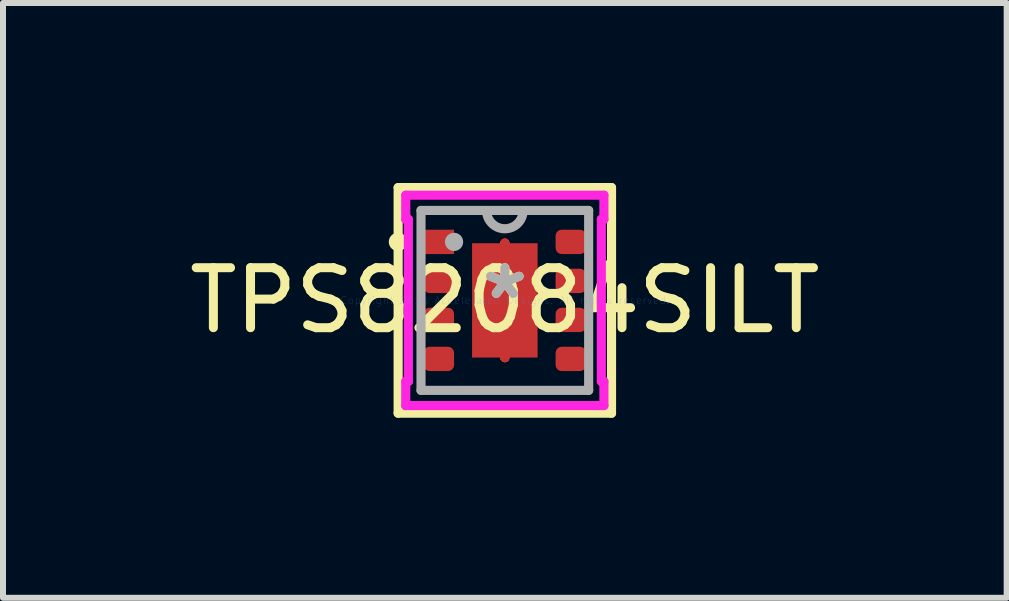
<source format=kicad_pcb>
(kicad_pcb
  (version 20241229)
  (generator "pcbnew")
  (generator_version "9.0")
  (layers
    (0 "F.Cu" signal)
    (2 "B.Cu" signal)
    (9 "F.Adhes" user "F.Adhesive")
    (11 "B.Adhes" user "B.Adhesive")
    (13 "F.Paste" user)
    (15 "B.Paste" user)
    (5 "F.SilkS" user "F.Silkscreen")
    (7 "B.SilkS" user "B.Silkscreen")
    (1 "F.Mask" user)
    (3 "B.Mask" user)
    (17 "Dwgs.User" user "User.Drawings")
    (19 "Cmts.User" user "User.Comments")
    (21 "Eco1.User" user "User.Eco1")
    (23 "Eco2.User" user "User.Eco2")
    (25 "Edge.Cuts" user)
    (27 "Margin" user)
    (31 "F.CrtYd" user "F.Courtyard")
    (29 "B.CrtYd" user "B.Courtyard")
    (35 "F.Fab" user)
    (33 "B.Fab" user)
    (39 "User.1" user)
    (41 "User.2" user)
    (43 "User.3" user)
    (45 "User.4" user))
  (footprint "TPS82084SILT"
    (layer "F.Cu")
    (at 5.363 1.956)
    (property "Reference" "TPS82084SILT" (at 0 0 0) (layer "F.SilkS") (effects (font (size 1 1) (thickness 0.15))))
    (attr through_hole)
    (fp_line (start 0 -0.953) (end 0 -0.953) (stroke (width 0.152) (type solid)) (layer "F.Cu"))
    (fp_line (start 0 -0.953) (end 0 -0.953) (stroke (width 0.152) (type solid)) (layer "F.Cu"))
    (fp_line (start 0 -0.953) (end 0 -0.953) (stroke (width 0.152) (type solid)) (layer "F.Cu"))
    (fp_line (start 0 -0.953) (end 0 -0.953) (stroke (width 0.152) (type solid)) (layer "F.Cu"))
    (fp_line (start 0 -0.953) (end 0 -0.953) (stroke (width 0.152) (type solid)) (layer "F.Cu"))
    (fp_line (start 0 -0.953) (end 0 -0.953) (stroke (width 0.152) (type solid)) (layer "F.Cu"))
    (fp_line (start 0 -0.953) (end 0 -0.953) (stroke (width 0.152) (type solid)) (layer "F.Cu"))
    (fp_line (start 0 -0.953) (end 0 -0.953) (stroke (width 0.152) (type solid)) (layer "F.Cu"))
    (fp_line (start 0 0.953) (end 0 0.953) (stroke (width 0.152) (type solid)) (layer "F.Cu"))
    (fp_line (start 0 0.953) (end 0 0.953) (stroke (width 0.152) (type solid)) (layer "F.Cu"))
    (fp_line (start 0 0.953) (end 0 0.953) (stroke (width 0.152) (type solid)) (layer "F.Cu"))
    (fp_line (start 0 0.953) (end 0 0.953) (stroke (width 0.152) (type solid)) (layer "F.Cu"))
    (fp_line (start 0 0.953) (end 0 0.953) (stroke (width 0.152) (type solid)) (layer "F.Cu"))
    (fp_line (start 0 0.953) (end 0 0.953) (stroke (width 0.152) (type solid)) (layer "F.Cu"))
    (fp_line (start 0 0.953) (end 0 0.953) (stroke (width 0.152) (type solid)) (layer "F.Cu"))
    (fp_line (start 0 0.953) (end 0 0.953) (stroke (width 0.152) (type solid)) (layer "F.Cu"))
    (fp_line (start -1.354 -1.178) (end -1.354 -0.772) (stroke (width 0.152) (type solid)) (layer "F.Mask"))
    (fp_line (start -1.354 -0.772) (end -0.846 -0.772) (stroke (width 0.152) (type solid)) (layer "F.Mask"))
    (fp_line (start -1.354 -0.528) (end -1.354 -0.122) (stroke (width 0.152) (type solid)) (layer "F.Mask"))
    (fp_line (start -1.354 -0.122) (end -0.846 -0.122) (stroke (width 0.152) (type solid)) (layer "F.Mask"))
    (fp_line (start -1.354 0.122) (end -1.354 0.528) (stroke (width 0.152) (type solid)) (layer "F.Mask"))
    (fp_line (start -1.354 0.528) (end -0.846 0.528) (stroke (width 0.152) (type solid)) (layer "F.Mask"))
    (fp_line (start -1.354 0.772) (end -1.354 1.178) (stroke (width 0.152) (type solid)) (layer "F.Mask"))
    (fp_line (start -1.354 1.178) (end -0.846 1.178) (stroke (width 0.152) (type solid)) (layer "F.Mask"))
    (fp_line (start -0.846 -1.178) (end -1.354 -1.178) (stroke (width 0.152) (type solid)) (layer "F.Mask"))
    (fp_line (start -0.846 -0.772) (end -0.846 -1.178) (stroke (width 0.152) (type solid)) (layer "F.Mask"))
    (fp_line (start -0.846 -0.528) (end -1.354 -0.528) (stroke (width 0.152) (type solid)) (layer "F.Mask"))
    (fp_line (start -0.846 -0.122) (end -0.846 -0.528) (stroke (width 0.152) (type solid)) (layer "F.Mask"))
    (fp_line (start -0.846 0.122) (end -1.354 0.122) (stroke (width 0.152) (type solid)) (layer "F.Mask"))
    (fp_line (start -0.846 0.528) (end -0.846 0.122) (stroke (width 0.152) (type solid)) (layer "F.Mask"))
    (fp_line (start -0.846 0.772) (end -1.354 0.772) (stroke (width 0.152) (type solid)) (layer "F.Mask"))
    (fp_line (start -0.846 1.178) (end -0.846 0.772) (stroke (width 0.152) (type solid)) (layer "F.Mask"))
    (fp_line (start -0.61 -1.016) (end -0.2 -1.016) (stroke (width 0.152) (type solid)) (layer "F.Mask"))
    (fp_line (start -0.61 -1.016) (end 0.61 -1.016) (stroke (width 0.152) (type solid)) (layer "F.Mask"))
    (fp_line (start -0.61 -0.594) (end -0.61 -1.016) (stroke (width 0.152) (type solid)) (layer "F.Mask"))
    (fp_line (start -0.61 -0.194) (end 0.61 -0.194) (stroke (width 0.152) (type solid)) (layer "F.Mask"))
    (fp_line (start -0.61 0.194) (end -0.61 -0.194) (stroke (width 0.152) (type solid)) (layer "F.Mask"))
    (fp_line (start -0.61 0.594) (end 0.61 0.594) (stroke (width 0.152) (type solid)) (layer "F.Mask"))
    (fp_line (start -0.61 1.016) (end -0.61 -1.016) (stroke (width 0.152) (type solid)) (layer "F.Mask"))
    (fp_line (start -0.61 1.016) (end -0.61 0.594) (stroke (width 0.152) (type solid)) (layer "F.Mask"))
    (fp_line (start -0.2 -1.016) (end -0.2 1.016) (stroke (width 0.152) (type solid)) (layer "F.Mask"))
    (fp_line (start -0.2 1.016) (end -0.61 1.016) (stroke (width 0.152) (type solid)) (layer "F.Mask"))
    (fp_line (start 0 -0.953) (end 0 -0.953) (stroke (width 0.152) (type solid)) (layer "F.Mask"))
    (fp_line (start 0 -0.953) (end 0 -0.953) (stroke (width 0.152) (type solid)) (layer "F.Mask"))
    (fp_line (start 0 -0.953) (end 0 -0.953) (stroke (width 0.152) (type solid)) (layer "F.Mask"))
    (fp_line (start 0 -0.953) (end 0 -0.953) (stroke (width 0.152) (type solid)) (layer "F.Mask"))
    (fp_line (start 0 -0.953) (end 0 -0.953) (stroke (width 0.152) (type solid)) (layer "F.Mask"))
    (fp_line (start 0 -0.953) (end 0 -0.953) (stroke (width 0.152) (type solid)) (layer "F.Mask"))
    (fp_line (start 0 -0.953) (end 0 -0.953) (stroke (width 0.152) (type solid)) (layer "F.Mask"))
    (fp_line (start 0 -0.953) (end 0 -0.953) (stroke (width 0.152) (type solid)) (layer "F.Mask"))
    (fp_line (start 0 0.953) (end 0 0.953) (stroke (width 0.152) (type solid)) (layer "F.Mask"))
    (fp_line (start 0 0.953) (end 0 0.953) (stroke (width 0.152) (type solid)) (layer "F.Mask"))
    (fp_line (start 0 0.953) (end 0 0.953) (stroke (width 0.152) (type solid)) (layer "F.Mask"))
    (fp_line (start 0 0.953) (end 0 0.953) (stroke (width 0.152) (type solid)) (layer "F.Mask"))
    (fp_line (start 0 0.953) (end 0 0.953) (stroke (width 0.152) (type solid)) (layer "F.Mask"))
    (fp_line (start 0 0.953) (end 0 0.953) (stroke (width 0.152) (type solid)) (layer "F.Mask"))
    (fp_line (start 0 0.953) (end 0 0.953) (stroke (width 0.152) (type solid)) (layer "F.Mask"))
    (fp_line (start 0 0.953) (end 0 0.953) (stroke (width 0.152) (type solid)) (layer "F.Mask"))
    (fp_line (start 0.2 -1.016) (end 0.61 -1.016) (stroke (width 0.152) (type solid)) (layer "F.Mask"))
    (fp_line (start 0.2 1.016) (end 0.2 -1.016) (stroke (width 0.152) (type solid)) (layer "F.Mask"))
    (fp_line (start 0.61 -1.016) (end 0.61 -0.594) (stroke (width 0.152) (type solid)) (layer "F.Mask"))
    (fp_line (start 0.61 -1.016) (end 0.61 1.016) (stroke (width 0.152) (type solid)) (layer "F.Mask"))
    (fp_line (start 0.61 -0.594) (end -0.61 -0.594) (stroke (width 0.152) (type solid)) (layer "F.Mask"))
    (fp_line (start 0.61 -0.194) (end 0.61 0.194) (stroke (width 0.152) (type solid)) (layer "F.Mask"))
    (fp_line (start 0.61 0.194) (end -0.61 0.194) (stroke (width 0.152) (type solid)) (layer "F.Mask"))
    (fp_line (start 0.61 0.594) (end 0.61 1.016) (stroke (width 0.152) (type solid)) (layer "F.Mask"))
    (fp_line (start 0.61 1.016) (end -0.61 1.016) (stroke (width 0.152) (type solid)) (layer "F.Mask"))
    (fp_line (start 0.61 1.016) (end 0.2 1.016) (stroke (width 0.152) (type solid)) (layer "F.Mask"))
    (fp_line (start 0.846 -1.178) (end 0.846 -0.772) (stroke (width 0.152) (type solid)) (layer "F.Mask"))
    (fp_line (start 0.846 -0.772) (end 1.354 -0.772) (stroke (width 0.152) (type solid)) (layer "F.Mask"))
    (fp_line (start 0.846 -0.528) (end 0.846 -0.122) (stroke (width 0.152) (type solid)) (layer "F.Mask"))
    (fp_line (start 0.846 -0.122) (end 1.354 -0.122) (stroke (width 0.152) (type solid)) (layer "F.Mask"))
    (fp_line (start 0.846 0.122) (end 0.846 0.528) (stroke (width 0.152) (type solid)) (layer "F.Mask"))
    (fp_line (start 0.846 0.528) (end 1.354 0.528) (stroke (width 0.152) (type solid)) (layer "F.Mask"))
    (fp_line (start 0.846 0.772) (end 0.846 1.178) (stroke (width 0.152) (type solid)) (layer "F.Mask"))
    (fp_line (start 0.846 1.178) (end 1.354 1.178) (stroke (width 0.152) (type solid)) (layer "F.Mask"))
    (fp_line (start 1.354 -1.178) (end 0.846 -1.178) (stroke (width 0.152) (type solid)) (layer "F.Mask"))
    (fp_line (start 1.354 -0.772) (end 1.354 -1.178) (stroke (width 0.152) (type solid)) (layer "F.Mask"))
    (fp_line (start 1.354 -0.528) (end 0.846 -0.528) (stroke (width 0.152) (type solid)) (layer "F.Mask"))
    (fp_line (start 1.354 -0.122) (end 1.354 -0.528) (stroke (width 0.152) (type solid)) (layer "F.Mask"))
    (fp_line (start 1.354 0.122) (end 0.846 0.122) (stroke (width 0.152) (type solid)) (layer "F.Mask"))
    (fp_line (start 1.354 0.528) (end 1.354 0.122) (stroke (width 0.152) (type solid)) (layer "F.Mask"))
    (fp_line (start 1.354 0.772) (end 0.846 0.772) (stroke (width 0.152) (type solid)) (layer "F.Mask"))
    (fp_line (start 1.354 1.178) (end 1.354 0.772) (stroke (width 0.152) (type solid)) (layer "F.Mask"))
    (fp_line (start -1.778 -1.88) (end -1.778 1.88) (stroke (width 0.152) (type solid)) (layer "F.SilkS"))
    (fp_line (start -1.778 1.88) (end 1.778 1.88) (stroke (width 0.152) (type solid)) (layer "F.SilkS"))
    (fp_line (start 1.778 -1.88) (end -1.778 -1.88) (stroke (width 0.152) (type solid)) (layer "F.SilkS"))
    (fp_line (start 1.778 1.88) (end 1.778 -1.88) (stroke (width 0.152) (type solid)) (layer "F.SilkS"))
    (fp_circle (center -1.781 -0.975) (end -1.704 -0.975) (stroke (width 0.152) (type solid)) (fill no) (layer "F.SilkS"))
    (fp_line (start -1.354 -1.178) (end -1.354 -0.772) (stroke (width 0.152) (type solid)) (layer "F.Paste"))
    (fp_line (start -1.354 -0.772) (end -0.846 -0.772) (stroke (width 0.152) (type solid)) (layer "F.Paste"))
    (fp_line (start -1.354 -0.528) (end -1.354 -0.122) (stroke (width 0.152) (type solid)) (layer "F.Paste"))
    (fp_line (start -1.354 -0.122) (end -0.846 -0.122) (stroke (width 0.152) (type solid)) (layer "F.Paste"))
    (fp_line (start -1.354 0.122) (end -1.354 0.528) (stroke (width 0.152) (type solid)) (layer "F.Paste"))
    (fp_line (start -1.354 0.528) (end -0.846 0.528) (stroke (width 0.152) (type solid)) (layer "F.Paste"))
    (fp_line (start -1.354 0.772) (end -1.354 1.178) (stroke (width 0.152) (type solid)) (layer "F.Paste"))
    (fp_line (start -1.354 1.178) (end -0.846 1.178) (stroke (width 0.152) (type solid)) (layer "F.Paste"))
    (fp_line (start -0.846 -1.178) (end -1.354 -1.178) (stroke (width 0.152) (type solid)) (layer "F.Paste"))
    (fp_line (start -0.846 -0.772) (end -0.846 -1.178) (stroke (width 0.152) (type solid)) (layer "F.Paste"))
    (fp_line (start -0.846 -0.528) (end -1.354 -0.528) (stroke (width 0.152) (type solid)) (layer "F.Paste"))
    (fp_line (start -0.846 -0.122) (end -0.846 -0.528) (stroke (width 0.152) (type solid)) (layer "F.Paste"))
    (fp_line (start -0.846 0.122) (end -1.354 0.122) (stroke (width 0.152) (type solid)) (layer "F.Paste"))
    (fp_line (start -0.846 0.528) (end -0.846 0.122) (stroke (width 0.152) (type solid)) (layer "F.Paste"))
    (fp_line (start -0.846 0.772) (end -1.354 0.772) (stroke (width 0.152) (type solid)) (layer "F.Paste"))
    (fp_line (start -0.846 1.178) (end -0.846 0.772) (stroke (width 0.152) (type solid)) (layer "F.Paste"))
    (fp_line (start -0.471 -0.878) (end -0.471 -0.494) (stroke (width 0.152) (type solid)) (layer "F.Paste"))
    (fp_line (start -0.471 -0.494) (end -0.241 -0.494) (stroke (width 0.152) (type solid)) (layer "F.Paste"))
    (fp_line (start -0.471 -0.294) (end -0.471 0.294) (stroke (width 0.152) (type solid)) (layer "F.Paste"))
    (fp_line (start -0.471 0.294) (end -0.241 0.294) (stroke (width 0.152) (type solid)) (layer "F.Paste"))
    (fp_line (start -0.471 0.494) (end -0.471 0.878) (stroke (width 0.152) (type solid)) (layer "F.Paste"))
    (fp_line (start -0.471 0.878) (end -0.1 0.878) (stroke (width 0.152) (type solid)) (layer "F.Paste"))
    (fp_line (start -0.241 -0.494) (end -0.241 -0.494) (stroke (width 0.152) (type solid)) (layer "F.Paste"))
    (fp_line (start -0.241 -0.494) (end -0.1 -0.635) (stroke (width 0.152) (type solid)) (layer "F.Paste"))
    (fp_line (start -0.241 -0.294) (end -0.471 -0.294) (stroke (width 0.152) (type solid)) (layer "F.Paste"))
    (fp_line (start -0.241 -0.294) (end -0.241 -0.294) (stroke (width 0.152) (type solid)) (layer "F.Paste"))
    (fp_line (start -0.241 0.294) (end -0.241 0.294) (stroke (width 0.152) (type solid)) (layer "F.Paste"))
    (fp_line (start -0.241 0.294) (end -0.1 0.152) (stroke (width 0.152) (type solid)) (layer "F.Paste"))
    (fp_line (start -0.241 0.494) (end -0.471 0.494) (stroke (width 0.152) (type solid)) (layer "F.Paste"))
    (fp_line (start -0.241 0.494) (end -0.241 0.494) (stroke (width 0.152) (type solid)) (layer "F.Paste"))
    (fp_line (start -0.1 -0.878) (end -0.471 -0.878) (stroke (width 0.152) (type solid)) (layer "F.Paste"))
    (fp_line (start -0.1 -0.635) (end -0.1 -0.878) (stroke (width 0.152) (type solid)) (layer "F.Paste"))
    (fp_line (start -0.1 -0.635) (end -0.1 -0.635) (stroke (width 0.152) (type solid)) (layer "F.Paste"))
    (fp_line (start -0.1 -0.152) (end -0.241 -0.294) (stroke (width 0.152) (type solid)) (layer "F.Paste"))
    (fp_line (start -0.1 -0.152) (end -0.1 -0.152) (stroke (width 0.152) (type solid)) (layer "F.Paste"))
    (fp_line (start -0.1 0.152) (end -0.1 -0.152) (stroke (width 0.152) (type solid)) (layer "F.Paste"))
    (fp_line (start -0.1 0.152) (end -0.1 0.152) (stroke (width 0.152) (type solid)) (layer "F.Paste"))
    (fp_line (start -0.1 0.635) (end -0.241 0.494) (stroke (width 0.152) (type solid)) (layer "F.Paste"))
    (fp_line (start -0.1 0.635) (end -0.1 0.635) (stroke (width 0.152) (type solid)) (layer "F.Paste"))
    (fp_line (start -0.1 0.878) (end -0.1 0.635) (stroke (width 0.152) (type solid)) (layer "F.Paste"))
    (fp_line (start 0.1 -0.878) (end 0.1 -0.635) (stroke (width 0.152) (type solid)) (layer "F.Paste"))
    (fp_line (start 0.1 -0.635) (end 0.1 -0.635) (stroke (width 0.152) (type solid)) (layer "F.Paste"))
    (fp_line (start 0.1 -0.635) (end 0.241 -0.494) (stroke (width 0.152) (type solid)) (layer "F.Paste"))
    (fp_line (start 0.1 -0.152) (end 0.1 -0.152) (stroke (width 0.152) (type solid)) (layer "F.Paste"))
    (fp_line (start 0.1 -0.152) (end 0.1 0.152) (stroke (width 0.152) (type solid)) (layer "F.Paste"))
    (fp_line (start 0.1 0.152) (end 0.1 0.152) (stroke (width 0.152) (type solid)) (layer "F.Paste"))
    (fp_line (start 0.1 0.152) (end 0.241 0.294) (stroke (width 0.152) (type solid)) (layer "F.Paste"))
    (fp_line (start 0.1 0.635) (end 0.1 0.635) (stroke (width 0.152) (type solid)) (layer "F.Paste"))
    (fp_line (start 0.1 0.635) (end 0.1 0.878) (stroke (width 0.152) (type solid)) (layer "F.Paste"))
    (fp_line (start 0.1 0.878) (end 0.471 0.878) (stroke (width 0.152) (type solid)) (layer "F.Paste"))
    (fp_line (start 0.241 -0.494) (end 0.241 -0.494) (stroke (width 0.152) (type solid)) (layer "F.Paste"))
    (fp_line (start 0.241 -0.494) (end 0.471 -0.494) (stroke (width 0.152) (type solid)) (layer "F.Paste"))
    (fp_line (start 0.241 -0.294) (end 0.1 -0.152) (stroke (width 0.152) (type solid)) (layer "F.Paste"))
    (fp_line (start 0.241 -0.294) (end 0.241 -0.294) (stroke (width 0.152) (type solid)) (layer "F.Paste"))
    (fp_line (start 0.241 0.294) (end 0.241 0.294) (stroke (width 0.152) (type solid)) (layer "F.Paste"))
    (fp_line (start 0.241 0.294) (end 0.471 0.294) (stroke (width 0.152) (type solid)) (layer "F.Paste"))
    (fp_line (start 0.241 0.494) (end 0.1 0.635) (stroke (width 0.152) (type solid)) (layer "F.Paste"))
    (fp_line (start 0.241 0.494) (end 0.241 0.494) (stroke (width 0.152) (type solid)) (layer "F.Paste"))
    (fp_line (start 0.471 -0.878) (end 0.1 -0.878) (stroke (width 0.152) (type solid)) (layer "F.Paste"))
    (fp_line (start 0.471 -0.494) (end 0.471 -0.878) (stroke (width 0.152) (type solid)) (layer "F.Paste"))
    (fp_line (start 0.471 -0.294) (end 0.241 -0.294) (stroke (width 0.152) (type solid)) (layer "F.Paste"))
    (fp_line (start 0.471 0.294) (end 0.471 -0.294) (stroke (width 0.152) (type solid)) (layer "F.Paste"))
    (fp_line (start 0.471 0.494) (end 0.241 0.494) (stroke (width 0.152) (type solid)) (layer "F.Paste"))
    (fp_line (start 0.471 0.878) (end 0.471 0.494) (stroke (width 0.152) (type solid)) (layer "F.Paste"))
    (fp_line (start 0.846 -1.178) (end 0.846 -0.772) (stroke (width 0.152) (type solid)) (layer "F.Paste"))
    (fp_line (start 0.846 -0.772) (end 1.354 -0.772) (stroke (width 0.152) (type solid)) (layer "F.Paste"))
    (fp_line (start 0.846 -0.528) (end 0.846 -0.122) (stroke (width 0.152) (type solid)) (layer "F.Paste"))
    (fp_line (start 0.846 -0.122) (end 1.354 -0.122) (stroke (width 0.152) (type solid)) (layer "F.Paste"))
    (fp_line (start 0.846 0.122) (end 0.846 0.528) (stroke (width 0.152) (type solid)) (layer "F.Paste"))
    (fp_line (start 0.846 0.528) (end 1.354 0.528) (stroke (width 0.152) (type solid)) (layer "F.Paste"))
    (fp_line (start 0.846 0.772) (end 0.846 1.178) (stroke (width 0.152) (type solid)) (layer "F.Paste"))
    (fp_line (start 0.846 1.178) (end 1.354 1.178) (stroke (width 0.152) (type solid)) (layer "F.Paste"))
    (fp_line (start 1.354 -1.178) (end 0.846 -1.178) (stroke (width 0.152) (type solid)) (layer "F.Paste"))
    (fp_line (start 1.354 -0.772) (end 1.354 -1.178) (stroke (width 0.152) (type solid)) (layer "F.Paste"))
    (fp_line (start 1.354 -0.528) (end 0.846 -0.528) (stroke (width 0.152) (type solid)) (layer "F.Paste"))
    (fp_line (start 1.354 -0.122) (end 1.354 -0.528) (stroke (width 0.152) (type solid)) (layer "F.Paste"))
    (fp_line (start 1.354 0.122) (end 0.846 0.122) (stroke (width 0.152) (type solid)) (layer "F.Paste"))
    (fp_line (start 1.354 0.528) (end 1.354 0.122) (stroke (width 0.152) (type solid)) (layer "F.Paste"))
    (fp_line (start 1.354 0.772) (end 0.846 0.772) (stroke (width 0.152) (type solid)) (layer "F.Paste"))
    (fp_line (start 1.354 1.178) (end 1.354 0.772) (stroke (width 0.152) (type solid)) (layer "F.Paste"))
    (fp_circle (center 0 -0.75) (end 0.102 -0.75) (stroke (width 0.152) (type solid)) (fill no) (layer "Eco1.User"))
    (fp_circle (center 0 0.0003) (end 0.102 0.0003) (stroke (width 0.152) (type solid)) (fill no) (layer "Eco1.User"))
    (fp_circle (center 0 0.75) (end 0.102 0.75) (stroke (width 0.152) (type solid)) (fill no) (layer "Eco1.User"))
    (fp_line (start -1.651 -1.753) (end 1.651 -1.753) (stroke (width 0.152) (type solid)) (layer "F.CrtYd"))
    (fp_line (start -1.651 -1.351) (end -1.651 -1.753) (stroke (width 0.152) (type solid)) (layer "F.CrtYd"))
    (fp_line (start -1.651 1.351) (end -1.608 1.351) (stroke (width 0.152) (type solid)) (layer "F.CrtYd"))
    (fp_line (start -1.651 1.753) (end -1.651 1.351) (stroke (width 0.152) (type solid)) (layer "F.CrtYd"))
    (fp_line (start -1.608 -1.351) (end -1.651 -1.351) (stroke (width 0.152) (type solid)) (layer "F.CrtYd"))
    (fp_line (start -1.608 1.351) (end -1.608 -1.351) (stroke (width 0.152) (type solid)) (layer "F.CrtYd"))
    (fp_line (start 1.608 -1.351) (end 1.608 1.351) (stroke (width 0.152) (type solid)) (layer "F.CrtYd"))
    (fp_line (start 1.608 1.351) (end 1.651 1.351) (stroke (width 0.152) (type solid)) (layer "F.CrtYd"))
    (fp_line (start 1.651 -1.753) (end 1.651 -1.351) (stroke (width 0.152) (type solid)) (layer "F.CrtYd"))
    (fp_line (start 1.651 -1.351) (end 1.608 -1.351) (stroke (width 0.152) (type solid)) (layer "F.CrtYd"))
    (fp_line (start 1.651 1.351) (end 1.651 1.753) (stroke (width 0.152) (type solid)) (layer "F.CrtYd"))
    (fp_line (start 1.651 1.753) (end -1.651 1.753) (stroke (width 0.152) (type solid)) (layer "F.CrtYd"))
    (fp_line (start -1.397 -1.499) (end -1.397 1.499) (stroke (width 0.152) (type solid)) (layer "F.Fab"))
    (fp_line (start -1.397 1.499) (end 1.397 1.499) (stroke (width 0.152) (type solid)) (layer "F.Fab"))
    (fp_line (start 1.397 -1.499) (end -1.397 -1.499) (stroke (width 0.152) (type solid)) (layer "F.Fab"))
    (fp_line (start 1.397 1.499) (end 1.397 -1.499) (stroke (width 0.152) (type solid)) (layer "F.Fab"))
    (fp_arc (start 0.3048 -1.4986) (mid 0 -1.1938) (end -0.3048 -1.4986) (stroke (width 0.1524) (type solid)) (layer "F.Fab"))
    (fp_circle (center -0.846 -0.975) (end -0.77 -0.975) (stroke (width 0.152) (type solid)) (fill no) (layer "F.Fab"))
    (fp_text user "*" (at 0 0 0) (layer "F.SilkS") (effects (font (size 1 1) (thickness 0.15))))
    (fp_text user "Copyright 2016 Accelerated Designs. All rights reserved." (at 0 0 0) (layer "Cmts.User") (effects (font (size 0.127 0.127) (thickness 0.002))))
    (fp_text user "*" (at 0 0 0) (layer "F.Fab") (effects (font (size 1 1) (thickness 0.15))))
    (pad "1" smd rect (at -1.1 -0.975) (size 0.508 0.406) (layers "F.Cu" "F.Mask" "F.Paste"))
    (pad "2" smd roundrect (at -1.1 -0.325) (size 0.508 0.406) (layers "F.Cu" "F.Mask" "F.Paste") (roundrect_rratio 0.25))
    (pad "3" smd roundrect (at -1.1 0.325) (size 0.508 0.406) (layers "F.Cu" "F.Mask" "F.Paste") (roundrect_rratio 0.25))
    (pad "4" smd roundrect (at -1.1 0.975) (size 0.508 0.406) (layers "F.Cu" "F.Mask" "F.Paste") (roundrect_rratio 0.25))
    (pad "5" smd roundrect (at 1.1 0.975) (size 0.508 0.406) (layers "F.Cu" "F.Mask" "F.Paste") (roundrect_rratio 0.25))
    (pad "6" smd roundrect (at 1.1 0.325) (size 0.508 0.406) (layers "F.Cu" "F.Mask" "F.Paste") (roundrect_rratio 0.25))
    (pad "7" smd roundrect (at 1.1 -0.325) (size 0.508 0.406) (layers "F.Cu" "F.Mask" "F.Paste") (roundrect_rratio 0.25))
    (pad "8" smd roundrect (at 1.1 -0.975) (size 0.508 0.406) (layers "F.Cu" "F.Mask" "F.Paste") (roundrect_rratio 0.25))
    (pad "9" smd rect (at 0 0) (size 1.092 1.905) (layers "F.Cu" "F.Mask" "F.Paste")))
  (gr_rect
    (start -3 -3)
    (end 13.726 6.912)
    (stroke (width 0.1) (type default))
    (fill no)
    (layer "Edge.Cuts")))
</source>
